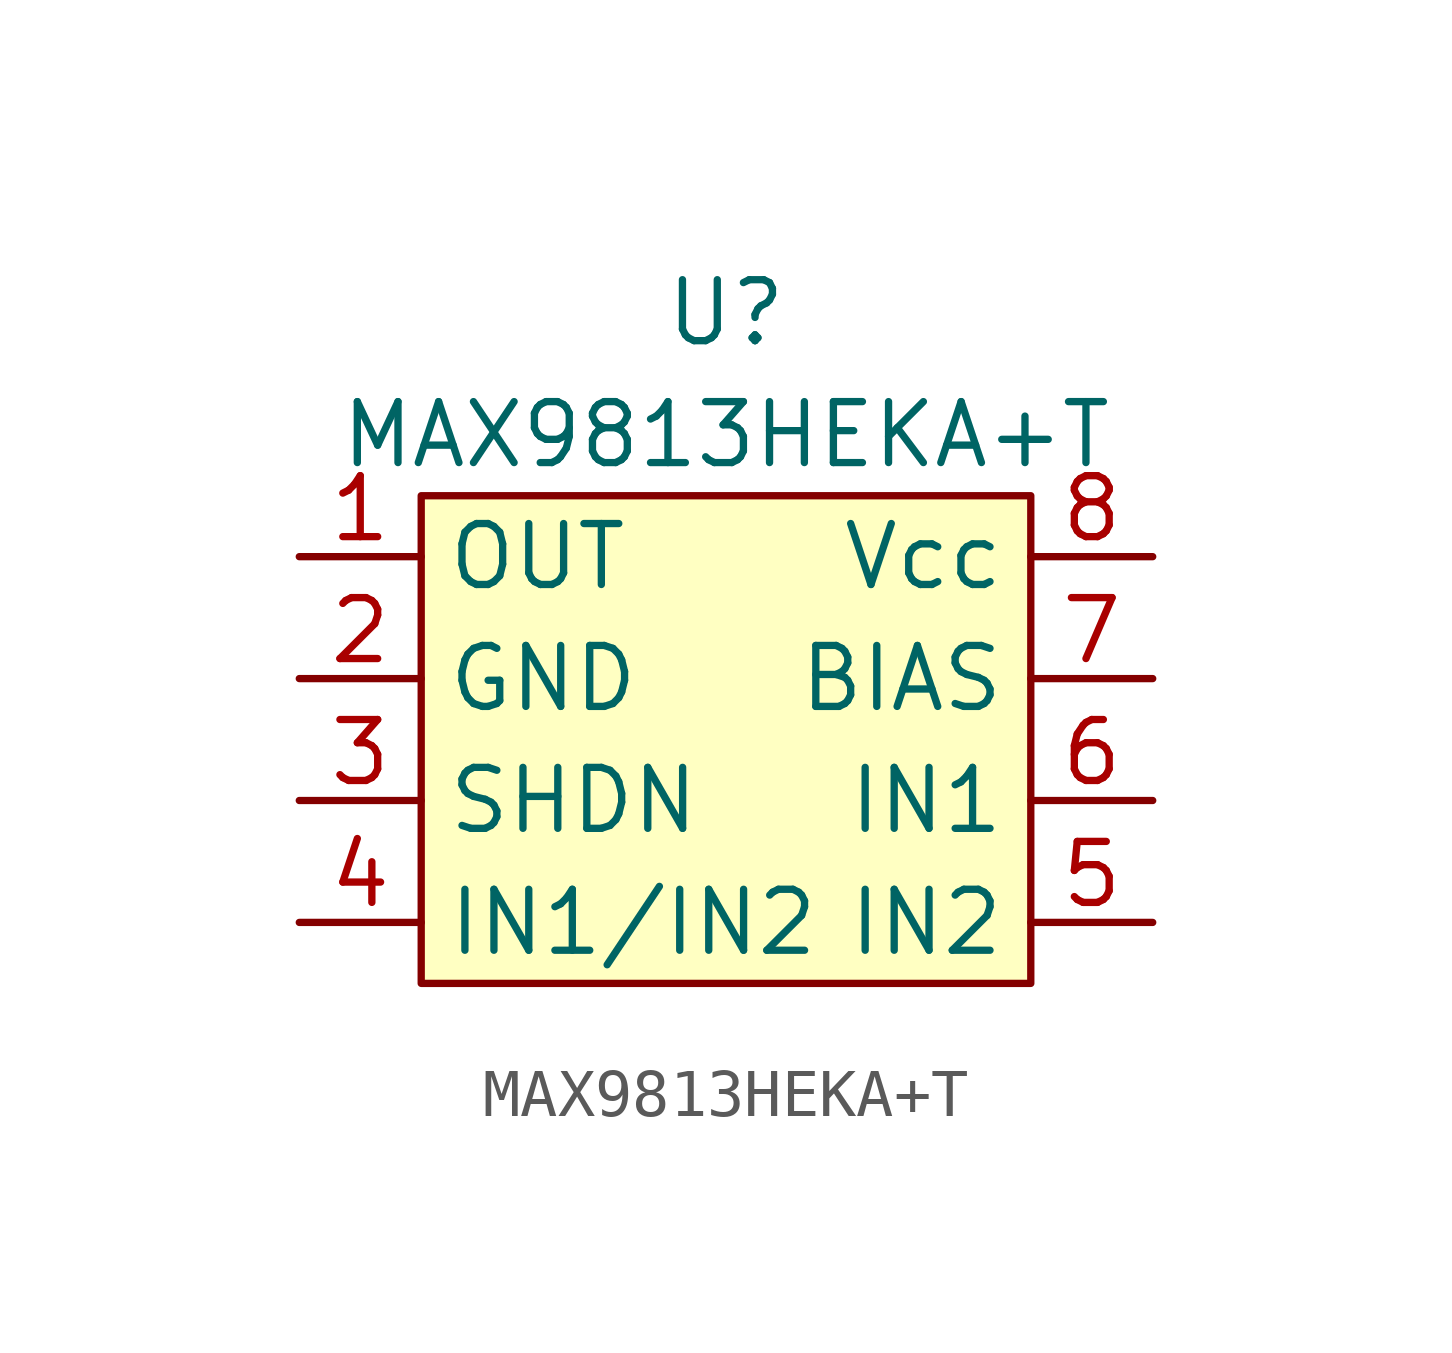
<source format=kicad_sym>
(kicad_symbol_lib
  (version 20220914)
  (generator kicad_symbol_editor)
  (symbol "MAX9813HEKA+T"
    (property "Reference" "U"
      (at 0 3.81 0)
      (effects (font (size 1.27 1.27))))
    (property "Value" "MAX9813HEKA+T"
      (at 0 1.27 0)
      (effects (font (size 1.27 1.27))))
    (symbol "MAX9813HEKA+T_1_1"
      (rectangle (start -6.35 0) (end 6.35 -10.16) (stroke (width 0) (type default)) (fill (type background)))
      (pin output line (at -8.89 -1.27 0) (length 2.54) (name "OUT" (effects (font (size 1.27 1.27)))) (number "1" (effects (font (size 1.27 1.27)))))
      (pin power_in line (at -8.89 -3.81 0) (length 2.54) (name "GND" (effects (font (size 1.27 1.27)))) (number "2" (effects (font (size 1.27 1.27)))))
      (pin input line (at -8.89 -6.35 0) (length 2.54) (name "SHDN" (effects (font (size 1.27 1.27)))) (number "3" (effects (font (size 1.27 1.27)))))
      (pin input line (at -8.89 -8.89 0) (length 2.54) (name "IN1/IN2" (effects (font (size 1.27 1.27)))) (number "4" (effects (font (size 1.27 1.27)))))
      (pin input line (at 8.89 -8.89 180) (length 2.54) (name "IN2" (effects (font (size 1.27 1.27)))) (number "5" (effects (font (size 1.27 1.27)))))
      (pin input line (at 8.89 -6.35 180) (length 2.54) (name "IN1" (effects (font (size 1.27 1.27)))) (number "6" (effects (font (size 1.27 1.27)))))
      (pin power_in line (at 8.89 -3.81 180) (length 2.54) (name "BIAS" (effects (font (size 1.27 1.27)))) (number "7" (effects (font (size 1.27 1.27)))))
      (pin power_in line (at 8.89 -1.27 180) (length 2.54) (name "Vcc" (effects (font (size 1.27 1.27)))) (number "8" (effects (font (size 1.27 1.27))))))))
</source>
